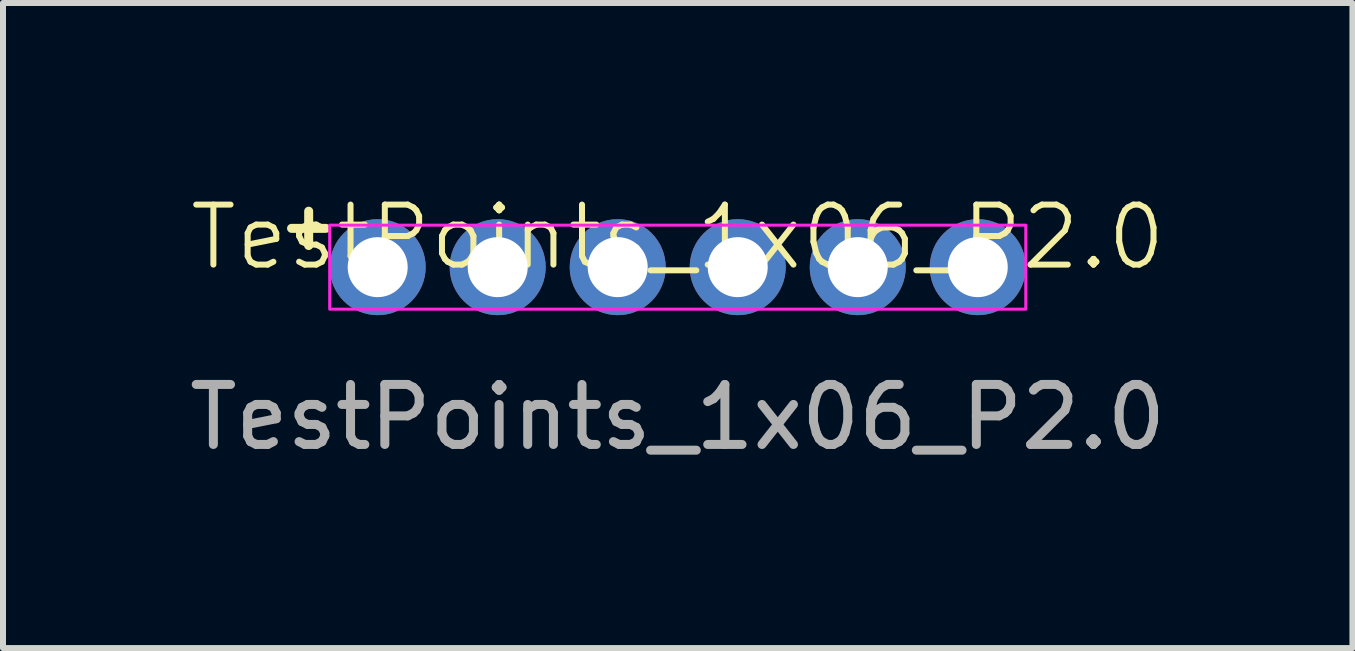
<source format=kicad_pcb>
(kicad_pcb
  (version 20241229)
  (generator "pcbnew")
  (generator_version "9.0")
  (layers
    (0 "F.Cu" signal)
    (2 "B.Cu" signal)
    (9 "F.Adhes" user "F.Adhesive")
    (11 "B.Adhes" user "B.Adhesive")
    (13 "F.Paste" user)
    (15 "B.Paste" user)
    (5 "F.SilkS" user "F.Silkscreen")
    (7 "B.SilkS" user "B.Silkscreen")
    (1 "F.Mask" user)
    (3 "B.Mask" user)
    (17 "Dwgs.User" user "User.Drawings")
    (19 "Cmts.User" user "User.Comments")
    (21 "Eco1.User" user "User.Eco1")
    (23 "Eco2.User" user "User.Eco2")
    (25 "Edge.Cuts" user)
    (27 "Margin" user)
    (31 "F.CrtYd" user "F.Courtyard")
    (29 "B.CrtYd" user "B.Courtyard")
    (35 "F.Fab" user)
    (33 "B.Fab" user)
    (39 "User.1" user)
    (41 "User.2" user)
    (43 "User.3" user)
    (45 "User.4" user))
  (footprint "TestPoints_1x06_P2.0"
    (layer "F.Cu")
    (at 8.244 1.402)
    (property "Reference" "TestPoints_1x06_P2.0" (at 0 -0.5 0) (unlocked yes) (layer "F.SilkS") (effects (font (size 1 1) (thickness 0.1))))
    (attr smd)
    (fp_rect (start -5.8 -0.7) (end 5.8 0.7) (stroke (width 0.05) (type default)) (fill no) (layer "F.CrtYd"))
    (fp_text user "+" (at -6.15 -0.7 0) (unlocked yes) (layer "F.SilkS") (effects (font (size 0.75 0.75) (thickness 0.15))))
    (fp_text user "${REFERENCE}" (at 0 2.5 0) (unlocked yes) (layer "F.Fab") (effects (font (size 1 1) (thickness 0.15))))
    (pad "1" thru_hole circle (at -5 0) (size 1.6 1.6) (drill 1) (layers "*.Cu" "*.Mask"))
    (pad "2" thru_hole circle (at -3 0) (size 1.6 1.6) (drill 1) (layers "*.Cu" "*.Mask"))
    (pad "3" thru_hole circle (at -1 0) (size 1.6 1.6) (drill 1) (layers "*.Cu" "*.Mask"))
    (pad "4" thru_hole circle (at 1 0) (size 1.6 1.6) (drill 1) (layers "*.Cu" "*.Mask"))
    (pad "5" thru_hole circle (at 3 0) (size 1.6 1.6) (drill 1) (layers "*.Cu" "*.Mask"))
    (pad "6" thru_hole circle (at 5 0) (size 1.6 1.6) (drill 1) (layers "*.Cu" "*.Mask")))
  (gr_rect
    (start -3 -3)
    (end 19.488 7.75)
    (stroke (width 0.1) (type default))
    (fill no)
    (layer "Edge.Cuts")))
</source>
